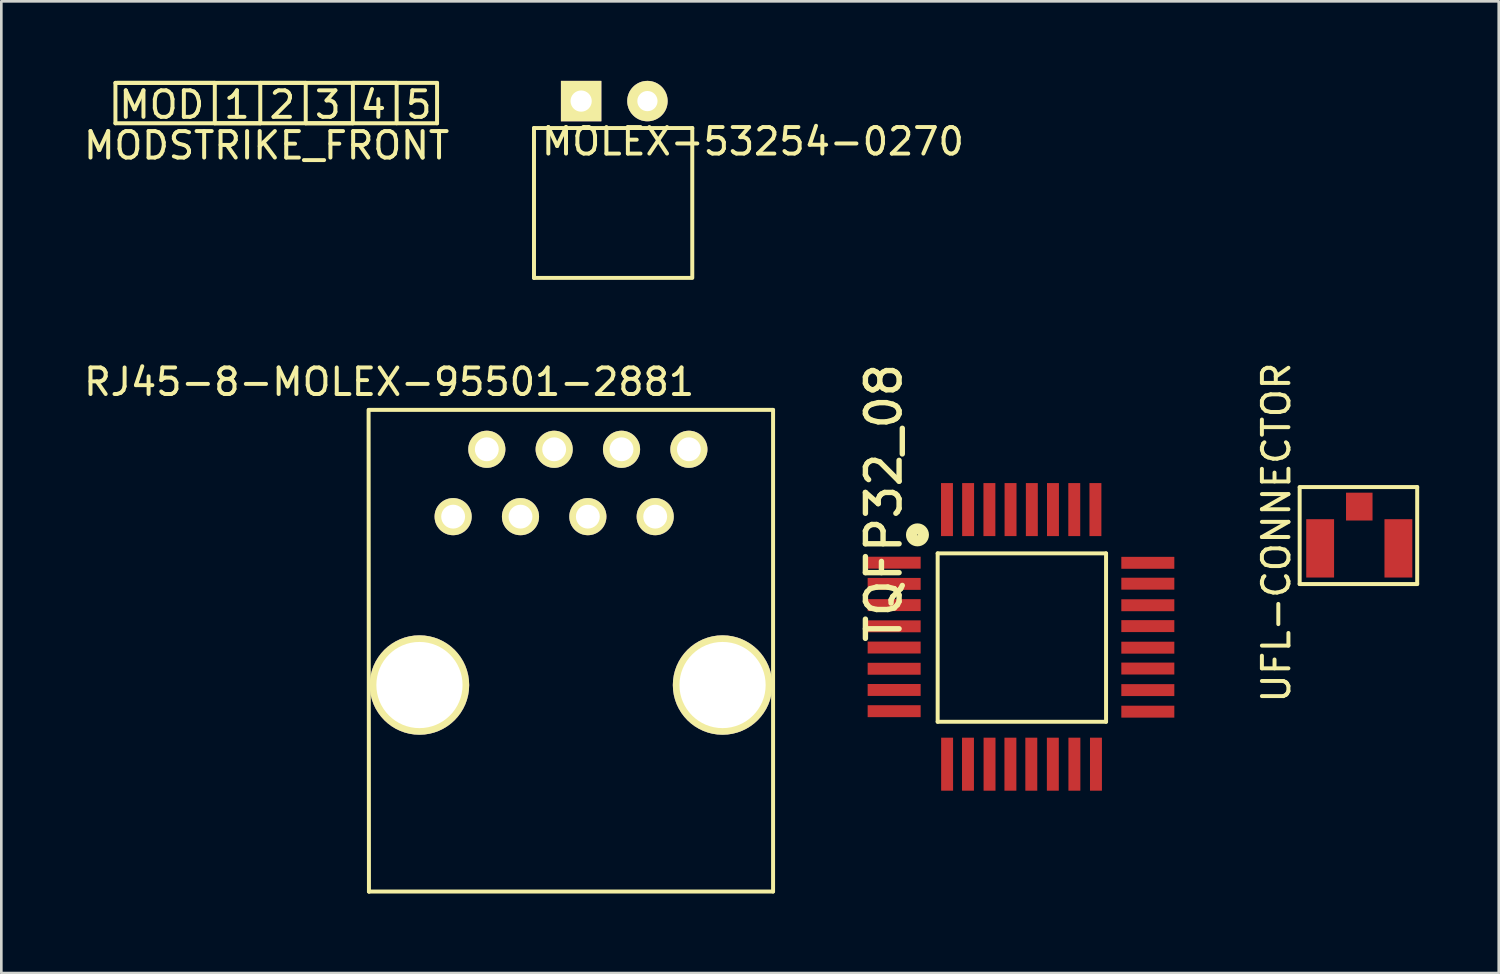
<source format=kicad_pcb>
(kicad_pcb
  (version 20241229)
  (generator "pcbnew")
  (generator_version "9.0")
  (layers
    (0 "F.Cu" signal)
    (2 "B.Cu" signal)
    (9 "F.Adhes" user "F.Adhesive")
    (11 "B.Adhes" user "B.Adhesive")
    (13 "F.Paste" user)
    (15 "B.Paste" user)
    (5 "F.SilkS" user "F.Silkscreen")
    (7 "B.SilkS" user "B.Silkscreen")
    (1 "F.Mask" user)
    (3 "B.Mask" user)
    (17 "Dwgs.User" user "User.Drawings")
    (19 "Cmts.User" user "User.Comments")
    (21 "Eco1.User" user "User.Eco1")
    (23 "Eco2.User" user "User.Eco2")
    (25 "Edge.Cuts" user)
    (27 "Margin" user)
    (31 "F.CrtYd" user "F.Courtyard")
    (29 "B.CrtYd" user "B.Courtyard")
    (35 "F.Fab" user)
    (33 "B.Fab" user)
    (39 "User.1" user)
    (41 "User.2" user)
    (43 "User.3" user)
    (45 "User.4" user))
  (footprint "TQFP32_08"
    (placed yes)
    (layer "F.Cu")
    (at 38.66 24.168)
    (property "Reference" "TQFP32_08" (at -8.382 -8.255 90) (layer "F.SilkS") (effects (font (size 1.27 1.27) (thickness 0.203))))
    (attr through_hole)
    (fp_line (start -6.35 -6.35) (end -6.35 0) (stroke (width 0.15) (type solid)) (layer "F.SilkS"))
    (fp_line (start -6.35 0) (end 0 0) (stroke (width 0.15) (type solid)) (layer "F.SilkS"))
    (fp_line (start 0 -6.35) (end -6.35 -6.35) (stroke (width 0.15) (type solid)) (layer "F.SilkS"))
    (fp_line (start 0 0) (end 0 -6.35) (stroke (width 0.15) (type solid)) (layer "F.SilkS"))
    (fp_circle (center -7.112 -7.048) (end -7.048 -6.985) (stroke (width 0.15) (type solid)) (fill no) (layer "F.SilkS"))
    (fp_circle (center -7.112 -7.048) (end -6.985 -6.921) (stroke (width 0.15) (type solid)) (fill no) (layer "F.SilkS"))
    (fp_circle (center -7.112 -7.048) (end -6.921 -6.858) (stroke (width 0.15) (type solid)) (fill no) (layer "F.SilkS"))
    (fp_circle (center -7.112 -7.048) (end -6.858 -6.795) (stroke (width 0.15) (type solid)) (fill no) (layer "F.SilkS"))
    (pad "1" smd rect (at -7.991 -5.999) (size 1.999 0.45) (layers "F.Cu" "F.Mask" "F.Paste"))
    (pad "2" smd rect (at -7.991 -5.199) (size 1.999 0.45) (layers "F.Cu" "F.Mask" "F.Paste"))
    (pad "3" smd rect (at -7.991 -4.399) (size 1.999 0.45) (layers "F.Cu" "F.Mask" "F.Paste"))
    (pad "4" smd rect (at -7.991 -3.599) (size 1.999 0.45) (layers "F.Cu" "F.Mask" "F.Paste"))
    (pad "5" smd rect (at -7.991 -2.799) (size 1.999 0.45) (layers "F.Cu" "F.Mask" "F.Paste"))
    (pad "6" smd rect (at -7.991 -1.999) (size 1.999 0.45) (layers "F.Cu" "F.Mask" "F.Paste"))
    (pad "7" smd rect (at -7.991 -1.199) (size 1.999 0.45) (layers "F.Cu" "F.Mask" "F.Paste"))
    (pad "8" smd rect (at -7.991 -0.399) (size 1.999 0.45) (layers "F.Cu" "F.Mask" "F.Paste"))
    (pad "9" smd rect (at -5.994 1.6) (size 0.45 1.999) (layers "F.Cu" "F.Mask" "F.Paste"))
    (pad "10" smd rect (at -5.207 1.6) (size 0.45 1.999) (layers "F.Cu" "F.Mask" "F.Paste"))
    (pad "11" smd rect (at -4.394 1.6) (size 0.45 1.999) (layers "F.Cu" "F.Mask" "F.Paste"))
    (pad "12" smd rect (at -3.607 1.6) (size 0.45 1.999) (layers "F.Cu" "F.Mask" "F.Paste"))
    (pad "13" smd rect (at -2.819 1.6) (size 0.45 1.999) (layers "F.Cu" "F.Mask" "F.Paste"))
    (pad "14" smd rect (at -2.007 1.6) (size 0.45 1.999) (layers "F.Cu" "F.Mask" "F.Paste"))
    (pad "15" smd rect (at -1.194 1.6) (size 0.45 1.999) (layers "F.Cu" "F.Mask" "F.Paste"))
    (pad "16" smd rect (at -0.381 1.6) (size 0.45 1.999) (layers "F.Cu" "F.Mask" "F.Paste"))
    (pad "17" smd rect (at 1.575 -0.381) (size 1.999 0.45) (layers "F.Cu" "F.Mask" "F.Paste"))
    (pad "18" smd rect (at 1.575 -1.194) (size 1.999 0.45) (layers "F.Cu" "F.Mask" "F.Paste"))
    (pad "19" smd rect (at 1.575 -2.007) (size 1.999 0.45) (layers "F.Cu" "F.Mask" "F.Paste"))
    (pad "20" smd rect (at 1.575 -2.794) (size 1.999 0.45) (layers "F.Cu" "F.Mask" "F.Paste"))
    (pad "21" smd rect (at 1.575 -3.607) (size 1.999 0.45) (layers "F.Cu" "F.Mask" "F.Paste"))
    (pad "22" smd rect (at 1.575 -4.394) (size 1.999 0.45) (layers "F.Cu" "F.Mask" "F.Paste"))
    (pad "23" smd rect (at 1.575 -5.207) (size 1.999 0.45) (layers "F.Cu" "F.Mask" "F.Paste"))
    (pad "24" smd rect (at 1.575 -5.994) (size 1.999 0.45) (layers "F.Cu" "F.Mask" "F.Paste"))
    (pad "25" smd rect (at -0.401 -8.001) (size 0.45 1.999) (layers "F.Cu" "F.Mask" "F.Paste"))
    (pad "26" smd rect (at -1.199 -8.001) (size 0.45 1.999) (layers "F.Cu" "F.Mask" "F.Paste"))
    (pad "27" smd rect (at -2.002 -8.001) (size 0.45 1.999) (layers "F.Cu" "F.Mask" "F.Paste"))
    (pad "28" smd rect (at -2.799 -8.001) (size 0.45 1.999) (layers "F.Cu" "F.Mask" "F.Paste"))
    (pad "29" smd rect (at -3.602 -8.001) (size 0.45 1.999) (layers "F.Cu" "F.Mask" "F.Paste"))
    (pad "30" smd rect (at -4.399 -8.001) (size 0.45 1.999) (layers "F.Cu" "F.Mask" "F.Paste"))
    (pad "31" smd rect (at -5.202 -8.001) (size 0.45 1.999) (layers "F.Cu" "F.Mask" "F.Paste"))
    (pad "32" smd rect (at -5.999 -8.001) (size 0.45 1.999) (layers "F.Cu" "F.Mask" "F.Paste")))
  (footprint "UFL-CONNECTOR"
    (placed yes)
    (layer "F.Cu")
    (at 48.209 16.054)
    (property "Reference" "UFL-CONNECTOR" (at -3.127 0.98 90) (layer "F.SilkS") (effects (font (size 1 1) (thickness 0.15))))
    (attr through_hole)
    (fp_line (start -2.248 -0.737) (end 2.184 -0.737) (stroke (width 0.15) (type solid)) (layer "F.SilkS"))
    (fp_line (start -2.248 2.921) (end -2.248 -0.724) (stroke (width 0.15) (type solid)) (layer "F.SilkS"))
    (fp_line (start 2.184 -0.737) (end 2.184 2.921) (stroke (width 0.15) (type solid)) (layer "F.SilkS"))
    (fp_line (start 2.184 2.921) (end -2.248 2.921) (stroke (width 0.15) (type solid)) (layer "F.SilkS"))
    (pad "1" smd rect (at 0 0) (size 1 1.05) (layers "F.Cu" "F.Mask" "F.Paste"))
    (pad "2" smd rect (at -1.475 1.575) (size 1.05 2.2) (layers "F.Cu" "F.Mask" "F.Paste"))
    (pad "3" smd rect (at 1.475 1.575) (size 1.05 2.2) (layers "F.Cu" "F.Mask" "F.Paste")))
  (footprint "MODSTRIKE_FRONT"
    (layer "F.Cu")
    (at 2.129 0.837)
    (property "Reference" "MODSTRIKE_FRONT" (at 4.877 1.6 0) (layer "F.SilkS") (effects (font (size 1 1) (thickness 0.15))))
    (attr through_hole)
    (fp_line (start -0.826 -0.762) (end 2.921 -0.762) (stroke (width 0.15) (type solid)) (layer "F.SilkS"))
    (fp_line (start -0.826 0.762) (end -0.826 -0.762) (stroke (width 0.15) (type solid)) (layer "F.SilkS"))
    (fp_line (start -0.762 -0.762) (end 11.303 -0.762) (stroke (width 0.15) (type solid)) (layer "F.SilkS"))
    (fp_line (start 2.921 -0.762) (end 2.921 0.762) (stroke (width 0.15) (type solid)) (layer "F.SilkS"))
    (fp_line (start 2.921 0.762) (end 4.636 0.762) (stroke (width 0.15) (type solid)) (layer "F.SilkS"))
    (fp_line (start 4.636 -0.762) (end 6.35 -0.762) (stroke (width 0.15) (type solid)) (layer "F.SilkS"))
    (fp_line (start 4.636 0.762) (end 4.636 -0.762) (stroke (width 0.15) (type solid)) (layer "F.SilkS"))
    (fp_line (start 6.35 -0.762) (end 6.35 0.762) (stroke (width 0.15) (type solid)) (layer "F.SilkS"))
    (fp_line (start 6.35 0.762) (end 8.128 0.762) (stroke (width 0.15) (type solid)) (layer "F.SilkS"))
    (fp_line (start 8.128 -0.762) (end 9.779 -0.762) (stroke (width 0.15) (type solid)) (layer "F.SilkS"))
    (fp_line (start 8.128 0.762) (end 8.128 -0.762) (stroke (width 0.15) (type solid)) (layer "F.SilkS"))
    (fp_line (start 9.779 -0.762) (end 9.779 0.762) (stroke (width 0.15) (type solid)) (layer "F.SilkS"))
    (fp_line (start 11.303 -0.762) (end 11.303 0.762) (stroke (width 0.15) (type solid)) (layer "F.SilkS"))
    (fp_line (start 11.303 0.762) (end -0.826 0.762) (stroke (width 0.15) (type solid)) (layer "F.SilkS"))
    (fp_text user "MOD 1 2 3 4 5" (at 5.207 0.064 0) (layer "F.SilkS") (effects (font (size 1 1) (thickness 0.15)))))
  (footprint "MOLEX-53254-0270"
    (layer "F.Cu")
    (at 18.865 0.762)
    (property "Reference" "MOLEX-53254-0270" (at 6.477 1.524 0) (layer "F.SilkS") (effects (font (size 1 1) (thickness 0.15))))
    (attr through_hole)
    (fp_line (start -1.778 1.016) (end -1.778 6.668) (stroke (width 0.15) (type solid)) (layer "F.SilkS"))
    (fp_line (start -1.778 1.016) (end 4.191 1.016) (stroke (width 0.15) (type solid)) (layer "F.SilkS"))
    (fp_line (start -1.778 6.668) (end 4.128 6.668) (stroke (width 0.15) (type solid)) (layer "F.SilkS"))
    (fp_line (start 4.191 6.668) (end 4.191 1.016) (stroke (width 0.15) (type solid)) (layer "F.SilkS"))
    (pad "1" thru_hole rect (at 0 0) (size 1.524 1.524) (drill 0.8) (layers "*.Cu" "*.Mask" "F.SilkS"))
    (pad "2" thru_hole circle (at 2.5 0) (size 1.524 1.524) (drill 0.762) (layers "*.Cu" "*.Mask" "F.SilkS")))
  (footprint "RJ45-8-MOLEX-95501-2881"
    (layer "F.Cu")
    (at 18.483 13.893)
    (property "Reference" "RJ45-8-MOLEX-95501-2881" (at -6.858 -2.54 0) (layer "F.SilkS") (effects (font (size 1 1) (thickness 0.15))))
    (attr through_hole)
    (fp_line (start -7.633 -1.486) (end -7.62 16.675) (stroke (width 0.15) (type solid)) (layer "F.SilkS"))
    (fp_line (start -7.62 -1.486) (end 7.62 -1.486) (stroke (width 0.15) (type solid)) (layer "F.SilkS"))
    (fp_line (start -7.62 16.675) (end -7.607 16.675) (stroke (width 0.15) (type solid)) (layer "F.SilkS"))
    (fp_line (start 7.62 -1.486) (end 7.62 16.675) (stroke (width 0.15) (type solid)) (layer "F.SilkS"))
    (fp_line (start 7.62 16.678) (end -7.62 16.678) (stroke (width 0.15) (type solid)) (layer "F.SilkS"))
    (pad "1" thru_hole circle (at -4.445 2.54) (size 1.4 1.4) (drill 0.9) (layers "*.Cu" "*.Mask" "F.SilkS"))
    (pad "2" thru_hole circle (at -3.175 0) (size 1.4 1.4) (drill 0.9) (layers "*.Cu" "*.Mask" "F.SilkS"))
    (pad "3" thru_hole circle (at -1.905 2.54) (size 1.4 1.4) (drill 0.9) (layers "*.Cu" "*.Mask" "F.SilkS"))
    (pad "4" thru_hole circle (at -0.635 0) (size 1.4 1.4) (drill 0.9) (layers "*.Cu" "*.Mask" "F.SilkS"))
    (pad "5" thru_hole circle (at 0.635 2.54) (size 1.4 1.4) (drill 0.9) (layers "*.Cu" "*.Mask" "F.SilkS"))
    (pad "6" thru_hole circle (at 1.905 0) (size 1.4 1.4) (drill 0.9) (layers "*.Cu" "*.Mask" "F.SilkS"))
    (pad "7" thru_hole circle (at 3.175 2.54) (size 1.4 1.4) (drill 0.9) (layers "*.Cu" "*.Mask" "F.SilkS"))
    (pad "8" thru_hole circle (at 4.445 0) (size 1.4 1.4) (drill 0.9) (layers "*.Cu" "*.Mask" "F.SilkS"))
    (pad "~" thru_hole circle (at -5.715 8.89) (size 3.75 3.75) (drill 3.25) (layers "*.Cu" "*.Mask" "F.SilkS"))
    (pad "~" thru_hole circle (at 5.715 8.89) (size 3.75 3.75) (drill 3.25) (layers "*.Cu" "*.Mask" "F.SilkS")))
  (gr_rect
    (start -3 -3)
    (end 53.468 33.645)
    (stroke (width 0.1) (type default))
    (fill no)
    (layer "Edge.Cuts")))
</source>
